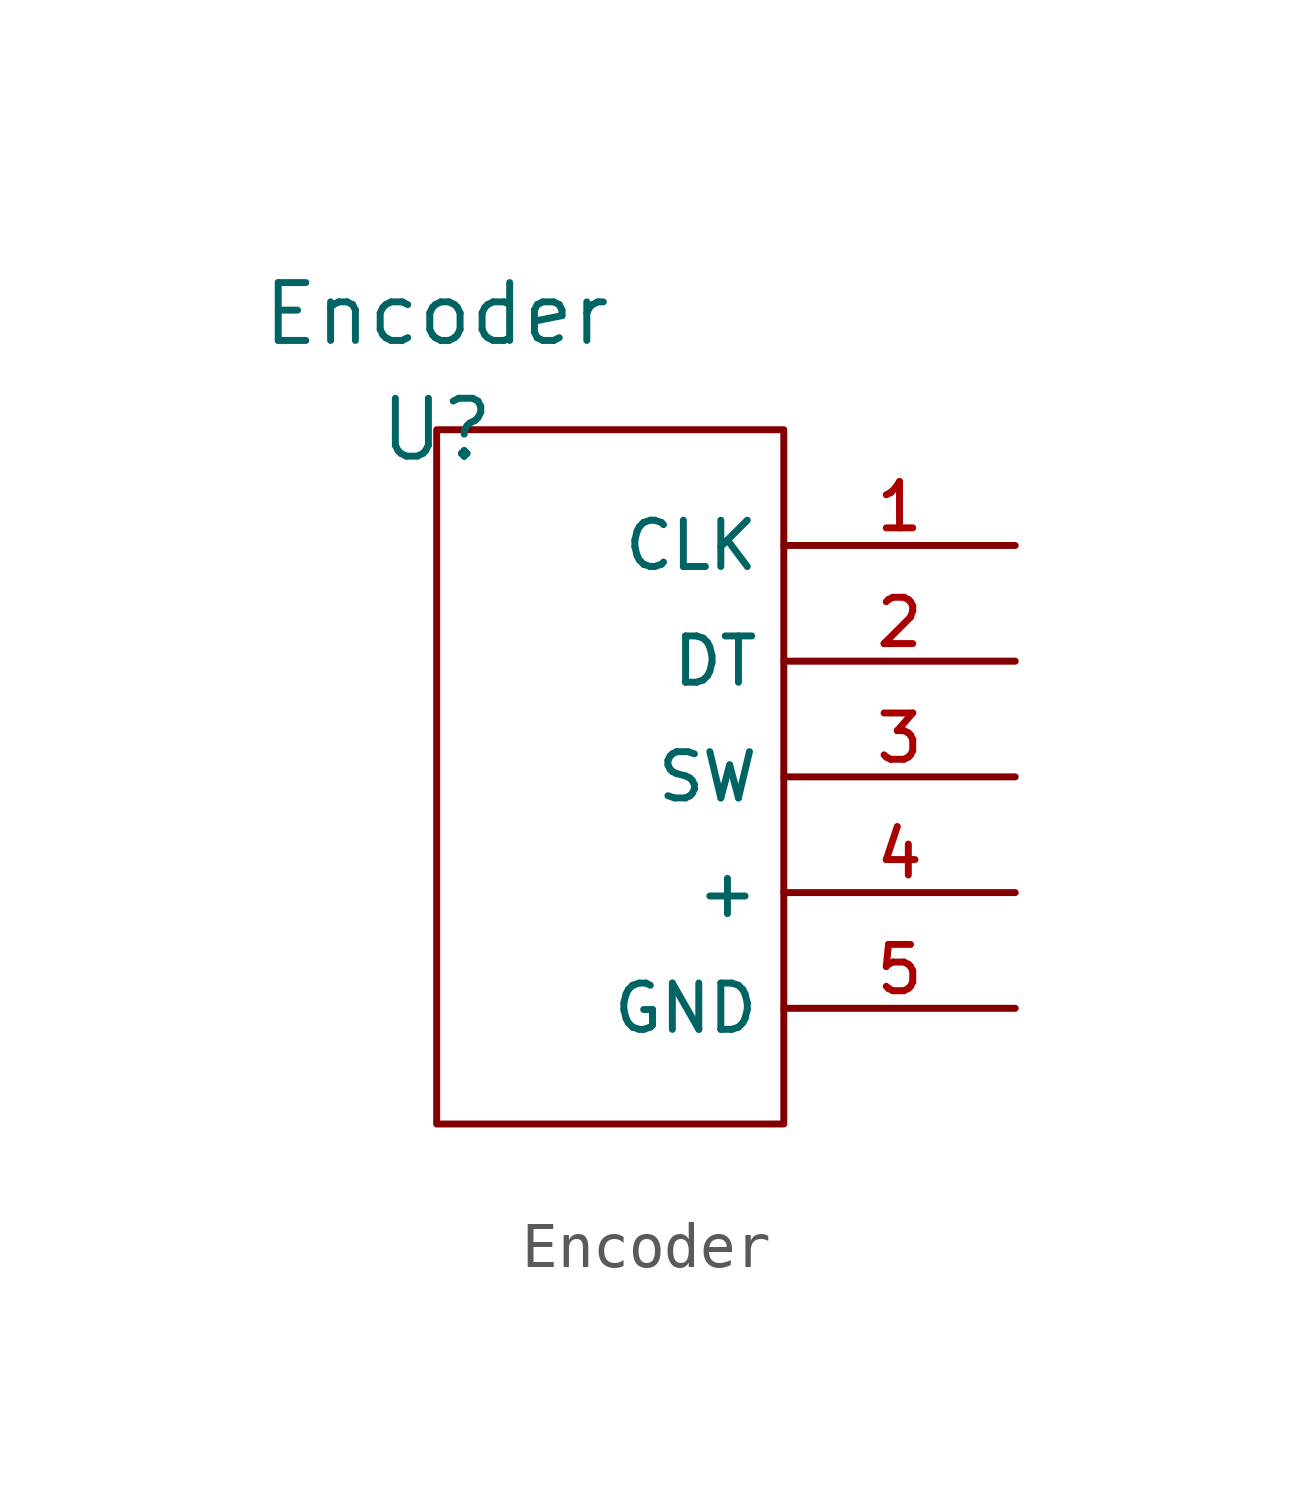
<source format=kicad_sym>
(kicad_symbol_lib
  (version 20211014)
  (generator kicad_symbol_editor)
  (symbol "Encoder"
    (property "Reference" "U"
      (at 0 0 0)
      (effects (font (size 1.27 1.27))))
    (property "Value" "Encoder"
      (at 0 2.54 0)
      (effects (font (size 1.27 1.27))))
    (symbol "Encoder_0_0"
      (pin bidirectional line (at 12.7 -2.54 180) (length 5.08) (name "CLK" (effects (font (size 1.016 1.016)))) (number "1" (effects (font (size 1.016 1.016)))))
      (pin bidirectional line (at 12.7 -5.08 180) (length 5.08) (name "DT" (effects (font (size 1.016 1.016)))) (number "2" (effects (font (size 1.016 1.016)))))
      (pin bidirectional line (at 12.7 -7.62 180) (length 5.08) (name "SW" (effects (font (size 1.016 1.016)))) (number "3" (effects (font (size 1.016 1.016)))))
      (pin bidirectional line (at 12.7 -10.16 180) (length 5.08) (name "+" (effects (font (size 1.016 1.016)))) (number "4" (effects (font (size 1.016 1.016)))))
      (pin bidirectional line (at 12.7 -12.7 180) (length 5.08) (name "GND" (effects (font (size 1.016 1.016)))) (number "5" (effects (font (size 1.016 1.016))))))
    (symbol "Encoder_0_1"
      (rectangle (start 0 0) (end 7.62 -15.24) (stroke (width 0) (type default) (color 0 0 0 0)) (fill (type none))))))
</source>
